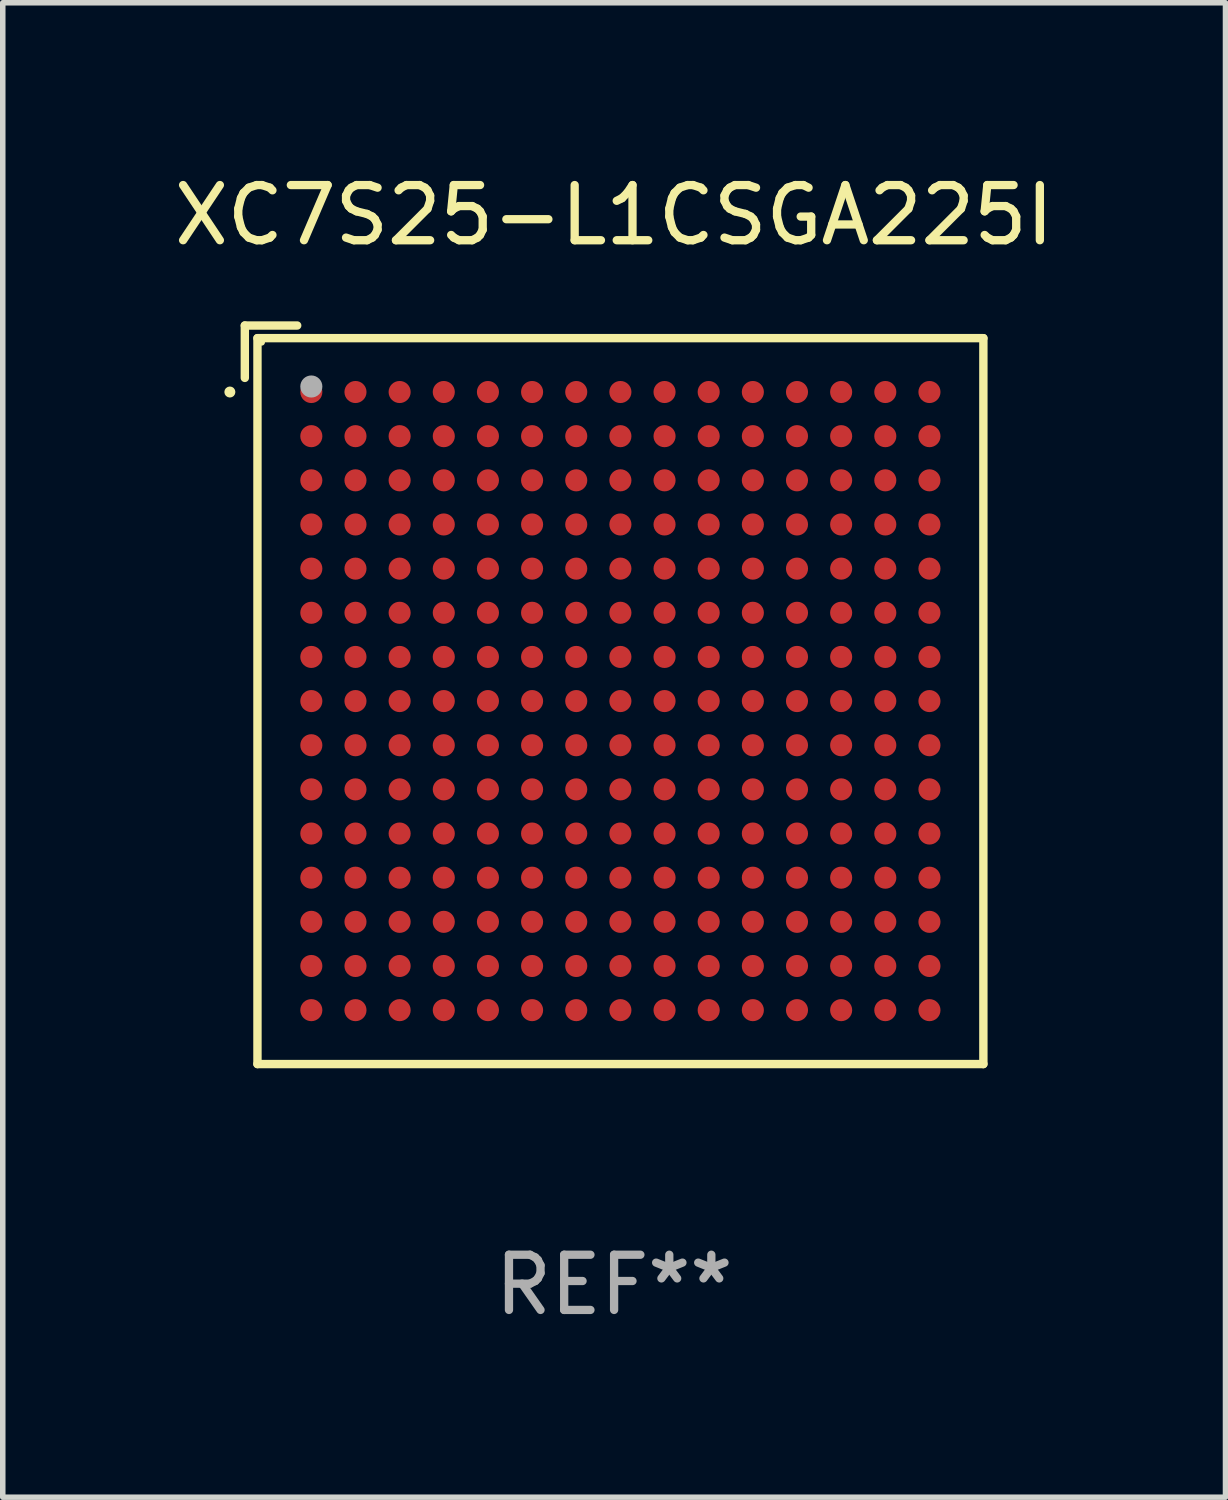
<source format=kicad_pcb>
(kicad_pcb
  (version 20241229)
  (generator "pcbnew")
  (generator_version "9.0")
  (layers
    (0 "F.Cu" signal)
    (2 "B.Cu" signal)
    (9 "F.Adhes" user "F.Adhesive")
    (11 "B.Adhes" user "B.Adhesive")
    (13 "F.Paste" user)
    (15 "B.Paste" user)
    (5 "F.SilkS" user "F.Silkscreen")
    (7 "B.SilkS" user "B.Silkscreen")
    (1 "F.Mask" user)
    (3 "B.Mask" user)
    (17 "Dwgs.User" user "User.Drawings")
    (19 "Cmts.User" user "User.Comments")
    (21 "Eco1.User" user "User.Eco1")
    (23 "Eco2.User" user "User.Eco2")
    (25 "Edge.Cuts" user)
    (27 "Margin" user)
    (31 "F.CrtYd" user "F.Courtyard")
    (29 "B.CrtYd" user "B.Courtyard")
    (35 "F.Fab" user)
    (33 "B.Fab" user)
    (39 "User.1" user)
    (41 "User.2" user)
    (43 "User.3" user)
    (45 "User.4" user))
  (footprint "XC7S25-L1CSGA225I"
    (layer "F.Cu")
    (at 8.077 9.539)
    (property "Reference" "XC7S25-L1CSGA225I" (at 0 -8.691 0) (layer "F.SilkS") (effects (font (size 1 1) (thickness 0.15))))
    (attr through_hole)
    (fp_line (start -6.691 -6.691) (end -5.742 -6.691) (stroke (width 0.152) (type solid)) (layer "F.SilkS"))
    (fp_line (start -6.691 -5.742) (end -6.691 -6.691) (stroke (width 0.152) (type solid)) (layer "F.SilkS"))
    (fp_line (start -6.462 -6.462) (end 6.691 -6.462) (stroke (width 0.152) (type solid)) (layer "F.SilkS"))
    (fp_line (start -6.462 6.691) (end -6.462 -6.462) (stroke (width 0.152) (type solid)) (layer "F.SilkS"))
    (fp_line (start 6.691 -6.462) (end 6.691 6.691) (stroke (width 0.152) (type solid)) (layer "F.SilkS"))
    (fp_line (start 6.691 6.691) (end -6.462 6.691) (stroke (width 0.152) (type solid)) (layer "F.SilkS"))
    (fp_circle (center -6.962 -5.486) (end -6.912 -5.486) (stroke (width 0.1) (type solid)) (fill no) (layer "F.SilkS"))
    (fp_circle (center -6.386 -6.386) (end -6.356 -6.386) (stroke (width 0.06) (type solid)) (fill no) (layer "F.SilkS"))
    (fp_circle (center -5.486 -5.586) (end -5.386 -5.586) (stroke (width 0.2) (type solid)) (fill no) (layer "F.Fab"))
    (fp_text user "REF**" (at 0 10.691 0) (layer "F.Fab") (effects (font (size 1 1) (thickness 0.15))))
    (pad "A1" smd circle (at -5.486 -5.486) (size 0.4 0.4) (layers "F.Cu" "F.Mask" "F.Paste"))
    (pad "A2" smd circle (at -4.686 -5.486) (size 0.4 0.4) (layers "F.Cu" "F.Mask" "F.Paste"))
    (pad "A3" smd circle (at -3.886 -5.486) (size 0.4 0.4) (layers "F.Cu" "F.Mask" "F.Paste"))
    (pad "A4" smd circle (at -3.086 -5.486) (size 0.4 0.4) (layers "F.Cu" "F.Mask" "F.Paste"))
    (pad "A5" smd circle (at -2.286 -5.486) (size 0.4 0.4) (layers "F.Cu" "F.Mask" "F.Paste"))
    (pad "A6" smd circle (at -1.486 -5.486) (size 0.4 0.4) (layers "F.Cu" "F.Mask" "F.Paste"))
    (pad "A7" smd circle (at -0.686 -5.486) (size 0.4 0.4) (layers "F.Cu" "F.Mask" "F.Paste"))
    (pad "A8" smd circle (at 0.114 -5.486) (size 0.4 0.4) (layers "F.Cu" "F.Mask" "F.Paste"))
    (pad "A9" smd circle (at 0.914 -5.486) (size 0.4 0.4) (layers "F.Cu" "F.Mask" "F.Paste"))
    (pad "A10" smd circle (at 1.714 -5.486) (size 0.4 0.4) (layers "F.Cu" "F.Mask" "F.Paste"))
    (pad "A11" smd circle (at 2.514 -5.486) (size 0.4 0.4) (layers "F.Cu" "F.Mask" "F.Paste"))
    (pad "A12" smd circle (at 3.314 -5.486) (size 0.4 0.4) (layers "F.Cu" "F.Mask" "F.Paste"))
    (pad "A13" smd circle (at 4.114 -5.486) (size 0.4 0.4) (layers "F.Cu" "F.Mask" "F.Paste"))
    (pad "A14" smd circle (at 4.914 -5.486) (size 0.4 0.4) (layers "F.Cu" "F.Mask" "F.Paste"))
    (pad "A15" smd circle (at 5.714 -5.486) (size 0.4 0.4) (layers "F.Cu" "F.Mask" "F.Paste"))
    (pad "B1" smd circle (at -5.486 -4.686) (size 0.4 0.4) (layers "F.Cu" "F.Mask" "F.Paste"))
    (pad "B2" smd circle (at -4.686 -4.686) (size 0.4 0.4) (layers "F.Cu" "F.Mask" "F.Paste"))
    (pad "B3" smd circle (at -3.886 -4.686) (size 0.4 0.4) (layers "F.Cu" "F.Mask" "F.Paste"))
    (pad "B4" smd circle (at -3.086 -4.686) (size 0.4 0.4) (layers "F.Cu" "F.Mask" "F.Paste"))
    (pad "B5" smd circle (at -2.286 -4.686) (size 0.4 0.4) (layers "F.Cu" "F.Mask" "F.Paste"))
    (pad "B6" smd circle (at -1.486 -4.686) (size 0.4 0.4) (layers "F.Cu" "F.Mask" "F.Paste"))
    (pad "B7" smd circle (at -0.686 -4.686) (size 0.4 0.4) (layers "F.Cu" "F.Mask" "F.Paste"))
    (pad "B8" smd circle (at 0.114 -4.686) (size 0.4 0.4) (layers "F.Cu" "F.Mask" "F.Paste"))
    (pad "B9" smd circle (at 0.914 -4.686) (size 0.4 0.4) (layers "F.Cu" "F.Mask" "F.Paste"))
    (pad "B10" smd circle (at 1.714 -4.686) (size 0.4 0.4) (layers "F.Cu" "F.Mask" "F.Paste"))
    (pad "B11" smd circle (at 2.514 -4.686) (size 0.4 0.4) (layers "F.Cu" "F.Mask" "F.Paste"))
    (pad "B12" smd circle (at 3.314 -4.686) (size 0.4 0.4) (layers "F.Cu" "F.Mask" "F.Paste"))
    (pad "B13" smd circle (at 4.114 -4.686) (size 0.4 0.4) (layers "F.Cu" "F.Mask" "F.Paste"))
    (pad "B14" smd circle (at 4.914 -4.686) (size 0.4 0.4) (layers "F.Cu" "F.Mask" "F.Paste"))
    (pad "B15" smd circle (at 5.714 -4.686) (size 0.4 0.4) (layers "F.Cu" "F.Mask" "F.Paste"))
    (pad "C1" smd circle (at -5.486 -3.886) (size 0.4 0.4) (layers "F.Cu" "F.Mask" "F.Paste"))
    (pad "C2" smd circle (at -4.686 -3.886) (size 0.4 0.4) (layers "F.Cu" "F.Mask" "F.Paste"))
    (pad "C3" smd circle (at -3.886 -3.886) (size 0.4 0.4) (layers "F.Cu" "F.Mask" "F.Paste"))
    (pad "C4" smd circle (at -3.086 -3.886) (size 0.4 0.4) (layers "F.Cu" "F.Mask" "F.Paste"))
    (pad "C5" smd circle (at -2.286 -3.886) (size 0.4 0.4) (layers "F.Cu" "F.Mask" "F.Paste"))
    (pad "C6" smd circle (at -1.486 -3.886) (size 0.4 0.4) (layers "F.Cu" "F.Mask" "F.Paste"))
    (pad "C7" smd circle (at -0.686 -3.886) (size 0.4 0.4) (layers "F.Cu" "F.Mask" "F.Paste"))
    (pad "C8" smd circle (at 0.114 -3.886) (size 0.4 0.4) (layers "F.Cu" "F.Mask" "F.Paste"))
    (pad "C9" smd circle (at 0.914 -3.886) (size 0.4 0.4) (layers "F.Cu" "F.Mask" "F.Paste"))
    (pad "C10" smd circle (at 1.714 -3.886) (size 0.4 0.4) (layers "F.Cu" "F.Mask" "F.Paste"))
    (pad "C11" smd circle (at 2.514 -3.886) (size 0.4 0.4) (layers "F.Cu" "F.Mask" "F.Paste"))
    (pad "C12" smd circle (at 3.314 -3.886) (size 0.4 0.4) (layers "F.Cu" "F.Mask" "F.Paste"))
    (pad "C13" smd circle (at 4.114 -3.886) (size 0.4 0.4) (layers "F.Cu" "F.Mask" "F.Paste"))
    (pad "C14" smd circle (at 4.914 -3.886) (size 0.4 0.4) (layers "F.Cu" "F.Mask" "F.Paste"))
    (pad "C15" smd circle (at 5.714 -3.886) (size 0.4 0.4) (layers "F.Cu" "F.Mask" "F.Paste"))
    (pad "D1" smd circle (at -5.486 -3.086) (size 0.4 0.4) (layers "F.Cu" "F.Mask" "F.Paste"))
    (pad "D2" smd circle (at -4.686 -3.086) (size 0.4 0.4) (layers "F.Cu" "F.Mask" "F.Paste"))
    (pad "D3" smd circle (at -3.886 -3.086) (size 0.4 0.4) (layers "F.Cu" "F.Mask" "F.Paste"))
    (pad "D4" smd circle (at -3.086 -3.086) (size 0.4 0.4) (layers "F.Cu" "F.Mask" "F.Paste"))
    (pad "D5" smd circle (at -2.286 -3.086) (size 0.4 0.4) (layers "F.Cu" "F.Mask" "F.Paste"))
    (pad "D6" smd circle (at -1.486 -3.086) (size 0.4 0.4) (layers "F.Cu" "F.Mask" "F.Paste"))
    (pad "D7" smd circle (at -0.686 -3.086) (size 0.4 0.4) (layers "F.Cu" "F.Mask" "F.Paste"))
    (pad "D8" smd circle (at 0.114 -3.086) (size 0.4 0.4) (layers "F.Cu" "F.Mask" "F.Paste"))
    (pad "D9" smd circle (at 0.914 -3.086) (size 0.4 0.4) (layers "F.Cu" "F.Mask" "F.Paste"))
    (pad "D10" smd circle (at 1.714 -3.086) (size 0.4 0.4) (layers "F.Cu" "F.Mask" "F.Paste"))
    (pad "D11" smd circle (at 2.514 -3.086) (size 0.4 0.4) (layers "F.Cu" "F.Mask" "F.Paste"))
    (pad "D12" smd circle (at 3.314 -3.086) (size 0.4 0.4) (layers "F.Cu" "F.Mask" "F.Paste"))
    (pad "D13" smd circle (at 4.114 -3.086) (size 0.4 0.4) (layers "F.Cu" "F.Mask" "F.Paste"))
    (pad "D14" smd circle (at 4.914 -3.086) (size 0.4 0.4) (layers "F.Cu" "F.Mask" "F.Paste"))
    (pad "D15" smd circle (at 5.714 -3.086) (size 0.4 0.4) (layers "F.Cu" "F.Mask" "F.Paste"))
    (pad "E1" smd circle (at -5.486 -2.286) (size 0.4 0.4) (layers "F.Cu" "F.Mask" "F.Paste"))
    (pad "E2" smd circle (at -4.686 -2.286) (size 0.4 0.4) (layers "F.Cu" "F.Mask" "F.Paste"))
    (pad "E3" smd circle (at -3.886 -2.286) (size 0.4 0.4) (layers "F.Cu" "F.Mask" "F.Paste"))
    (pad "E4" smd circle (at -3.086 -2.286) (size 0.4 0.4) (layers "F.Cu" "F.Mask" "F.Paste"))
    (pad "E5" smd circle (at -2.286 -2.286) (size 0.4 0.4) (layers "F.Cu" "F.Mask" "F.Paste"))
    (pad "E6" smd circle (at -1.486 -2.286) (size 0.4 0.4) (layers "F.Cu" "F.Mask" "F.Paste"))
    (pad "E7" smd circle (at -0.686 -2.286) (size 0.4 0.4) (layers "F.Cu" "F.Mask" "F.Paste"))
    (pad "E8" smd circle (at 0.114 -2.286) (size 0.4 0.4) (layers "F.Cu" "F.Mask" "F.Paste"))
    (pad "E9" smd circle (at 0.914 -2.286) (size 0.4 0.4) (layers "F.Cu" "F.Mask" "F.Paste"))
    (pad "E10" smd circle (at 1.714 -2.286) (size 0.4 0.4) (layers "F.Cu" "F.Mask" "F.Paste"))
    (pad "E11" smd circle (at 2.514 -2.286) (size 0.4 0.4) (layers "F.Cu" "F.Mask" "F.Paste"))
    (pad "E12" smd circle (at 3.314 -2.286) (size 0.4 0.4) (layers "F.Cu" "F.Mask" "F.Paste"))
    (pad "E13" smd circle (at 4.114 -2.286) (size 0.4 0.4) (layers "F.Cu" "F.Mask" "F.Paste"))
    (pad "E14" smd circle (at 4.914 -2.286) (size 0.4 0.4) (layers "F.Cu" "F.Mask" "F.Paste"))
    (pad "E15" smd circle (at 5.714 -2.286) (size 0.4 0.4) (layers "F.Cu" "F.Mask" "F.Paste"))
    (pad "F1" smd circle (at -5.486 -1.486) (size 0.4 0.4) (layers "F.Cu" "F.Mask" "F.Paste"))
    (pad "F2" smd circle (at -4.686 -1.486) (size 0.4 0.4) (layers "F.Cu" "F.Mask" "F.Paste"))
    (pad "F3" smd circle (at -3.886 -1.486) (size 0.4 0.4) (layers "F.Cu" "F.Mask" "F.Paste"))
    (pad "F4" smd circle (at -3.086 -1.486) (size 0.4 0.4) (layers "F.Cu" "F.Mask" "F.Paste"))
    (pad "F5" smd circle (at -2.286 -1.486) (size 0.4 0.4) (layers "F.Cu" "F.Mask" "F.Paste"))
    (pad "F6" smd circle (at -1.486 -1.486) (size 0.4 0.4) (layers "F.Cu" "F.Mask" "F.Paste"))
    (pad "F7" smd circle (at -0.686 -1.486) (size 0.4 0.4) (layers "F.Cu" "F.Mask" "F.Paste"))
    (pad "F8" smd circle (at 0.114 -1.486) (size 0.4 0.4) (layers "F.Cu" "F.Mask" "F.Paste"))
    (pad "F9" smd circle (at 0.914 -1.486) (size 0.4 0.4) (layers "F.Cu" "F.Mask" "F.Paste"))
    (pad "F10" smd circle (at 1.714 -1.486) (size 0.4 0.4) (layers "F.Cu" "F.Mask" "F.Paste"))
    (pad "F11" smd circle (at 2.514 -1.486) (size 0.4 0.4) (layers "F.Cu" "F.Mask" "F.Paste"))
    (pad "F12" smd circle (at 3.314 -1.486) (size 0.4 0.4) (layers "F.Cu" "F.Mask" "F.Paste"))
    (pad "F13" smd circle (at 4.114 -1.486) (size 0.4 0.4) (layers "F.Cu" "F.Mask" "F.Paste"))
    (pad "F14" smd circle (at 4.914 -1.486) (size 0.4 0.4) (layers "F.Cu" "F.Mask" "F.Paste"))
    (pad "F15" smd circle (at 5.714 -1.486) (size 0.4 0.4) (layers "F.Cu" "F.Mask" "F.Paste"))
    (pad "G1" smd circle (at -5.486 -0.686) (size 0.4 0.4) (layers "F.Cu" "F.Mask" "F.Paste"))
    (pad "G2" smd circle (at -4.686 -0.686) (size 0.4 0.4) (layers "F.Cu" "F.Mask" "F.Paste"))
    (pad "G3" smd circle (at -3.886 -0.686) (size 0.4 0.4) (layers "F.Cu" "F.Mask" "F.Paste"))
    (pad "G4" smd circle (at -3.086 -0.686) (size 0.4 0.4) (layers "F.Cu" "F.Mask" "F.Paste"))
    (pad "G5" smd circle (at -2.286 -0.686) (size 0.4 0.4) (layers "F.Cu" "F.Mask" "F.Paste"))
    (pad "G6" smd circle (at -1.486 -0.686) (size 0.4 0.4) (layers "F.Cu" "F.Mask" "F.Paste"))
    (pad "G7" smd circle (at -0.686 -0.686) (size 0.4 0.4) (layers "F.Cu" "F.Mask" "F.Paste"))
    (pad "G8" smd circle (at 0.114 -0.686) (size 0.4 0.4) (layers "F.Cu" "F.Mask" "F.Paste"))
    (pad "G9" smd circle (at 0.914 -0.686) (size 0.4 0.4) (layers "F.Cu" "F.Mask" "F.Paste"))
    (pad "G10" smd circle (at 1.714 -0.686) (size 0.4 0.4) (layers "F.Cu" "F.Mask" "F.Paste"))
    (pad "G11" smd circle (at 2.514 -0.686) (size 0.4 0.4) (layers "F.Cu" "F.Mask" "F.Paste"))
    (pad "G12" smd circle (at 3.314 -0.686) (size 0.4 0.4) (layers "F.Cu" "F.Mask" "F.Paste"))
    (pad "G13" smd circle (at 4.114 -0.686) (size 0.4 0.4) (layers "F.Cu" "F.Mask" "F.Paste"))
    (pad "G14" smd circle (at 4.914 -0.686) (size 0.4 0.4) (layers "F.Cu" "F.Mask" "F.Paste"))
    (pad "G15" smd circle (at 5.714 -0.686) (size 0.4 0.4) (layers "F.Cu" "F.Mask" "F.Paste"))
    (pad "H1" smd circle (at -5.486 0.114) (size 0.4 0.4) (layers "F.Cu" "F.Mask" "F.Paste"))
    (pad "H2" smd circle (at -4.686 0.114) (size 0.4 0.4) (layers "F.Cu" "F.Mask" "F.Paste"))
    (pad "H3" smd circle (at -3.886 0.114) (size 0.4 0.4) (layers "F.Cu" "F.Mask" "F.Paste"))
    (pad "H4" smd circle (at -3.086 0.114) (size 0.4 0.4) (layers "F.Cu" "F.Mask" "F.Paste"))
    (pad "H5" smd circle (at -2.286 0.114) (size 0.4 0.4) (layers "F.Cu" "F.Mask" "F.Paste"))
    (pad "H6" smd circle (at -1.486 0.114) (size 0.4 0.4) (layers "F.Cu" "F.Mask" "F.Paste"))
    (pad "H7" smd circle (at -0.686 0.114) (size 0.4 0.4) (layers "F.Cu" "F.Mask" "F.Paste"))
    (pad "H8" smd circle (at 0.114 0.114) (size 0.4 0.4) (layers "F.Cu" "F.Mask" "F.Paste"))
    (pad "H9" smd circle (at 0.914 0.114) (size 0.4 0.4) (layers "F.Cu" "F.Mask" "F.Paste"))
    (pad "H10" smd circle (at 1.714 0.114) (size 0.4 0.4) (layers "F.Cu" "F.Mask" "F.Paste"))
    (pad "H11" smd circle (at 2.514 0.114) (size 0.4 0.4) (layers "F.Cu" "F.Mask" "F.Paste"))
    (pad "H12" smd circle (at 3.314 0.114) (size 0.4 0.4) (layers "F.Cu" "F.Mask" "F.Paste"))
    (pad "H13" smd circle (at 4.114 0.114) (size 0.4 0.4) (layers "F.Cu" "F.Mask" "F.Paste"))
    (pad "H14" smd circle (at 4.914 0.114) (size 0.4 0.4) (layers "F.Cu" "F.Mask" "F.Paste"))
    (pad "H15" smd circle (at 5.714 0.114) (size 0.4 0.4) (layers "F.Cu" "F.Mask" "F.Paste"))
    (pad "J1" smd circle (at -5.486 0.914) (size 0.4 0.4) (layers "F.Cu" "F.Mask" "F.Paste"))
    (pad "J2" smd circle (at -4.686 0.914) (size 0.4 0.4) (layers "F.Cu" "F.Mask" "F.Paste"))
    (pad "J3" smd circle (at -3.886 0.914) (size 0.4 0.4) (layers "F.Cu" "F.Mask" "F.Paste"))
    (pad "J4" smd circle (at -3.086 0.914) (size 0.4 0.4) (layers "F.Cu" "F.Mask" "F.Paste"))
    (pad "J5" smd circle (at -2.286 0.914) (size 0.4 0.4) (layers "F.Cu" "F.Mask" "F.Paste"))
    (pad "J6" smd circle (at -1.486 0.914) (size 0.4 0.4) (layers "F.Cu" "F.Mask" "F.Paste"))
    (pad "J7" smd circle (at -0.686 0.914) (size 0.4 0.4) (layers "F.Cu" "F.Mask" "F.Paste"))
    (pad "J8" smd circle (at 0.114 0.914) (size 0.4 0.4) (layers "F.Cu" "F.Mask" "F.Paste"))
    (pad "J9" smd circle (at 0.914 0.914) (size 0.4 0.4) (layers "F.Cu" "F.Mask" "F.Paste"))
    (pad "J10" smd circle (at 1.714 0.914) (size 0.4 0.4) (layers "F.Cu" "F.Mask" "F.Paste"))
    (pad "J11" smd circle (at 2.514 0.914) (size 0.4 0.4) (layers "F.Cu" "F.Mask" "F.Paste"))
    (pad "J12" smd circle (at 3.314 0.914) (size 0.4 0.4) (layers "F.Cu" "F.Mask" "F.Paste"))
    (pad "J13" smd circle (at 4.114 0.914) (size 0.4 0.4) (layers "F.Cu" "F.Mask" "F.Paste"))
    (pad "J14" smd circle (at 4.914 0.914) (size 0.4 0.4) (layers "F.Cu" "F.Mask" "F.Paste"))
    (pad "J15" smd circle (at 5.714 0.914) (size 0.4 0.4) (layers "F.Cu" "F.Mask" "F.Paste"))
    (pad "K1" smd circle (at -5.486 1.714) (size 0.4 0.4) (layers "F.Cu" "F.Mask" "F.Paste"))
    (pad "K2" smd circle (at -4.686 1.714) (size 0.4 0.4) (layers "F.Cu" "F.Mask" "F.Paste"))
    (pad "K3" smd circle (at -3.886 1.714) (size 0.4 0.4) (layers "F.Cu" "F.Mask" "F.Paste"))
    (pad "K4" smd circle (at -3.086 1.714) (size 0.4 0.4) (layers "F.Cu" "F.Mask" "F.Paste"))
    (pad "K5" smd circle (at -2.286 1.714) (size 0.4 0.4) (layers "F.Cu" "F.Mask" "F.Paste"))
    (pad "K6" smd circle (at -1.486 1.714) (size 0.4 0.4) (layers "F.Cu" "F.Mask" "F.Paste"))
    (pad "K7" smd circle (at -0.686 1.714) (size 0.4 0.4) (layers "F.Cu" "F.Mask" "F.Paste"))
    (pad "K8" smd circle (at 0.114 1.714) (size 0.4 0.4) (layers "F.Cu" "F.Mask" "F.Paste"))
    (pad "K9" smd circle (at 0.914 1.714) (size 0.4 0.4) (layers "F.Cu" "F.Mask" "F.Paste"))
    (pad "K10" smd circle (at 1.714 1.714) (size 0.4 0.4) (layers "F.Cu" "F.Mask" "F.Paste"))
    (pad "K11" smd circle (at 2.514 1.714) (size 0.4 0.4) (layers "F.Cu" "F.Mask" "F.Paste"))
    (pad "K12" smd circle (at 3.314 1.714) (size 0.4 0.4) (layers "F.Cu" "F.Mask" "F.Paste"))
    (pad "K13" smd circle (at 4.114 1.714) (size 0.4 0.4) (layers "F.Cu" "F.Mask" "F.Paste"))
    (pad "K14" smd circle (at 4.914 1.714) (size 0.4 0.4) (layers "F.Cu" "F.Mask" "F.Paste"))
    (pad "K15" smd circle (at 5.714 1.714) (size 0.4 0.4) (layers "F.Cu" "F.Mask" "F.Paste"))
    (pad "L1" smd circle (at -5.486 2.514) (size 0.4 0.4) (layers "F.Cu" "F.Mask" "F.Paste"))
    (pad "L2" smd circle (at -4.686 2.514) (size 0.4 0.4) (layers "F.Cu" "F.Mask" "F.Paste"))
    (pad "L3" smd circle (at -3.886 2.514) (size 0.4 0.4) (layers "F.Cu" "F.Mask" "F.Paste"))
    (pad "L4" smd circle (at -3.086 2.514) (size 0.4 0.4) (layers "F.Cu" "F.Mask" "F.Paste"))
    (pad "L5" smd circle (at -2.286 2.514) (size 0.4 0.4) (layers "F.Cu" "F.Mask" "F.Paste"))
    (pad "L6" smd circle (at -1.486 2.514) (size 0.4 0.4) (layers "F.Cu" "F.Mask" "F.Paste"))
    (pad "L7" smd circle (at -0.686 2.514) (size 0.4 0.4) (layers "F.Cu" "F.Mask" "F.Paste"))
    (pad "L8" smd circle (at 0.114 2.514) (size 0.4 0.4) (layers "F.Cu" "F.Mask" "F.Paste"))
    (pad "L9" smd circle (at 0.914 2.514) (size 0.4 0.4) (layers "F.Cu" "F.Mask" "F.Paste"))
    (pad "L10" smd circle (at 1.714 2.514) (size 0.4 0.4) (layers "F.Cu" "F.Mask" "F.Paste"))
    (pad "L11" smd circle (at 2.514 2.514) (size 0.4 0.4) (layers "F.Cu" "F.Mask" "F.Paste"))
    (pad "L12" smd circle (at 3.314 2.514) (size 0.4 0.4) (layers "F.Cu" "F.Mask" "F.Paste"))
    (pad "L13" smd circle (at 4.114 2.514) (size 0.4 0.4) (layers "F.Cu" "F.Mask" "F.Paste"))
    (pad "L14" smd circle (at 4.914 2.514) (size 0.4 0.4) (layers "F.Cu" "F.Mask" "F.Paste"))
    (pad "L15" smd circle (at 5.714 2.514) (size 0.4 0.4) (layers "F.Cu" "F.Mask" "F.Paste"))
    (pad "M1" smd circle (at -5.486 3.314) (size 0.4 0.4) (layers "F.Cu" "F.Mask" "F.Paste"))
    (pad "M2" smd circle (at -4.686 3.314) (size 0.4 0.4) (layers "F.Cu" "F.Mask" "F.Paste"))
    (pad "M3" smd circle (at -3.886 3.314) (size 0.4 0.4) (layers "F.Cu" "F.Mask" "F.Paste"))
    (pad "M4" smd circle (at -3.086 3.314) (size 0.4 0.4) (layers "F.Cu" "F.Mask" "F.Paste"))
    (pad "M5" smd circle (at -2.286 3.314) (size 0.4 0.4) (layers "F.Cu" "F.Mask" "F.Paste"))
    (pad "M6" smd circle (at -1.486 3.314) (size 0.4 0.4) (layers "F.Cu" "F.Mask" "F.Paste"))
    (pad "M7" smd circle (at -0.686 3.314) (size 0.4 0.4) (layers "F.Cu" "F.Mask" "F.Paste"))
    (pad "M8" smd circle (at 0.114 3.314) (size 0.4 0.4) (layers "F.Cu" "F.Mask" "F.Paste"))
    (pad "M9" smd circle (at 0.914 3.314) (size 0.4 0.4) (layers "F.Cu" "F.Mask" "F.Paste"))
    (pad "M10" smd circle (at 1.714 3.314) (size 0.4 0.4) (layers "F.Cu" "F.Mask" "F.Paste"))
    (pad "M11" smd circle (at 2.514 3.314) (size 0.4 0.4) (layers "F.Cu" "F.Mask" "F.Paste"))
    (pad "M12" smd circle (at 3.314 3.314) (size 0.4 0.4) (layers "F.Cu" "F.Mask" "F.Paste"))
    (pad "M13" smd circle (at 4.114 3.314) (size 0.4 0.4) (layers "F.Cu" "F.Mask" "F.Paste"))
    (pad "M14" smd circle (at 4.914 3.314) (size 0.4 0.4) (layers "F.Cu" "F.Mask" "F.Paste"))
    (pad "M15" smd circle (at 5.714 3.314) (size 0.4 0.4) (layers "F.Cu" "F.Mask" "F.Paste"))
    (pad "N1" smd circle (at -5.486 4.114) (size 0.4 0.4) (layers "F.Cu" "F.Mask" "F.Paste"))
    (pad "N2" smd circle (at -4.686 4.114) (size 0.4 0.4) (layers "F.Cu" "F.Mask" "F.Paste"))
    (pad "N3" smd circle (at -3.886 4.114) (size 0.4 0.4) (layers "F.Cu" "F.Mask" "F.Paste"))
    (pad "N4" smd circle (at -3.086 4.114) (size 0.4 0.4) (layers "F.Cu" "F.Mask" "F.Paste"))
    (pad "N5" smd circle (at -2.286 4.114) (size 0.4 0.4) (layers "F.Cu" "F.Mask" "F.Paste"))
    (pad "N6" smd circle (at -1.486 4.114) (size 0.4 0.4) (layers "F.Cu" "F.Mask" "F.Paste"))
    (pad "N7" smd circle (at -0.686 4.114) (size 0.4 0.4) (layers "F.Cu" "F.Mask" "F.Paste"))
    (pad "N8" smd circle (at 0.114 4.114) (size 0.4 0.4) (layers "F.Cu" "F.Mask" "F.Paste"))
    (pad "N9" smd circle (at 0.914 4.114) (size 0.4 0.4) (layers "F.Cu" "F.Mask" "F.Paste"))
    (pad "N10" smd circle (at 1.714 4.114) (size 0.4 0.4) (layers "F.Cu" "F.Mask" "F.Paste"))
    (pad "N11" smd circle (at 2.514 4.114) (size 0.4 0.4) (layers "F.Cu" "F.Mask" "F.Paste"))
    (pad "N12" smd circle (at 3.314 4.114) (size 0.4 0.4) (layers "F.Cu" "F.Mask" "F.Paste"))
    (pad "N13" smd circle (at 4.114 4.114) (size 0.4 0.4) (layers "F.Cu" "F.Mask" "F.Paste"))
    (pad "N14" smd circle (at 4.914 4.114) (size 0.4 0.4) (layers "F.Cu" "F.Mask" "F.Paste"))
    (pad "N15" smd circle (at 5.714 4.114) (size 0.4 0.4) (layers "F.Cu" "F.Mask" "F.Paste"))
    (pad "P1" smd circle (at -5.486 4.914) (size 0.4 0.4) (layers "F.Cu" "F.Mask" "F.Paste"))
    (pad "P2" smd circle (at -4.686 4.914) (size 0.4 0.4) (layers "F.Cu" "F.Mask" "F.Paste"))
    (pad "P3" smd circle (at -3.886 4.914) (size 0.4 0.4) (layers "F.Cu" "F.Mask" "F.Paste"))
    (pad "P4" smd circle (at -3.086 4.914) (size 0.4 0.4) (layers "F.Cu" "F.Mask" "F.Paste"))
    (pad "P5" smd circle (at -2.286 4.914) (size 0.4 0.4) (layers "F.Cu" "F.Mask" "F.Paste"))
    (pad "P6" smd circle (at -1.486 4.914) (size 0.4 0.4) (layers "F.Cu" "F.Mask" "F.Paste"))
    (pad "P7" smd circle (at -0.686 4.914) (size 0.4 0.4) (layers "F.Cu" "F.Mask" "F.Paste"))
    (pad "P8" smd circle (at 0.114 4.914) (size 0.4 0.4) (layers "F.Cu" "F.Mask" "F.Paste"))
    (pad "P9" smd circle (at 0.914 4.914) (size 0.4 0.4) (layers "F.Cu" "F.Mask" "F.Paste"))
    (pad "P10" smd circle (at 1.714 4.914) (size 0.4 0.4) (layers "F.Cu" "F.Mask" "F.Paste"))
    (pad "P11" smd circle (at 2.514 4.914) (size 0.4 0.4) (layers "F.Cu" "F.Mask" "F.Paste"))
    (pad "P12" smd circle (at 3.314 4.914) (size 0.4 0.4) (layers "F.Cu" "F.Mask" "F.Paste"))
    (pad "P13" smd circle (at 4.114 4.914) (size 0.4 0.4) (layers "F.Cu" "F.Mask" "F.Paste"))
    (pad "P14" smd circle (at 4.914 4.914) (size 0.4 0.4) (layers "F.Cu" "F.Mask" "F.Paste"))
    (pad "P15" smd circle (at 5.714 4.914) (size 0.4 0.4) (layers "F.Cu" "F.Mask" "F.Paste"))
    (pad "R1" smd circle (at -5.486 5.714) (size 0.4 0.4) (layers "F.Cu" "F.Mask" "F.Paste"))
    (pad "R2" smd circle (at -4.686 5.714) (size 0.4 0.4) (layers "F.Cu" "F.Mask" "F.Paste"))
    (pad "R3" smd circle (at -3.886 5.714) (size 0.4 0.4) (layers "F.Cu" "F.Mask" "F.Paste"))
    (pad "R4" smd circle (at -3.086 5.714) (size 0.4 0.4) (layers "F.Cu" "F.Mask" "F.Paste"))
    (pad "R5" smd circle (at -2.286 5.714) (size 0.4 0.4) (layers "F.Cu" "F.Mask" "F.Paste"))
    (pad "R6" smd circle (at -1.486 5.714) (size 0.4 0.4) (layers "F.Cu" "F.Mask" "F.Paste"))
    (pad "R7" smd circle (at -0.686 5.714) (size 0.4 0.4) (layers "F.Cu" "F.Mask" "F.Paste"))
    (pad "R8" smd circle (at 0.114 5.714) (size 0.4 0.4) (layers "F.Cu" "F.Mask" "F.Paste"))
    (pad "R9" smd circle (at 0.914 5.714) (size 0.4 0.4) (layers "F.Cu" "F.Mask" "F.Paste"))
    (pad "R10" smd circle (at 1.714 5.714) (size 0.4 0.4) (layers "F.Cu" "F.Mask" "F.Paste"))
    (pad "R11" smd circle (at 2.514 5.714) (size 0.4 0.4) (layers "F.Cu" "F.Mask" "F.Paste"))
    (pad "R12" smd circle (at 3.314 5.714) (size 0.4 0.4) (layers "F.Cu" "F.Mask" "F.Paste"))
    (pad "R13" smd circle (at 4.114 5.714) (size 0.4 0.4) (layers "F.Cu" "F.Mask" "F.Paste"))
    (pad "R14" smd circle (at 4.914 5.714) (size 0.4 0.4) (layers "F.Cu" "F.Mask" "F.Paste"))
    (pad "R15" smd circle (at 5.714 5.714) (size 0.4 0.4) (layers "F.Cu" "F.Mask" "F.Paste")))
  (gr_rect
    (start -3 -3)
    (end 19.155 24.078)
    (stroke (width 0.1) (type default))
    (fill no)
    (layer "Edge.Cuts")))
</source>
